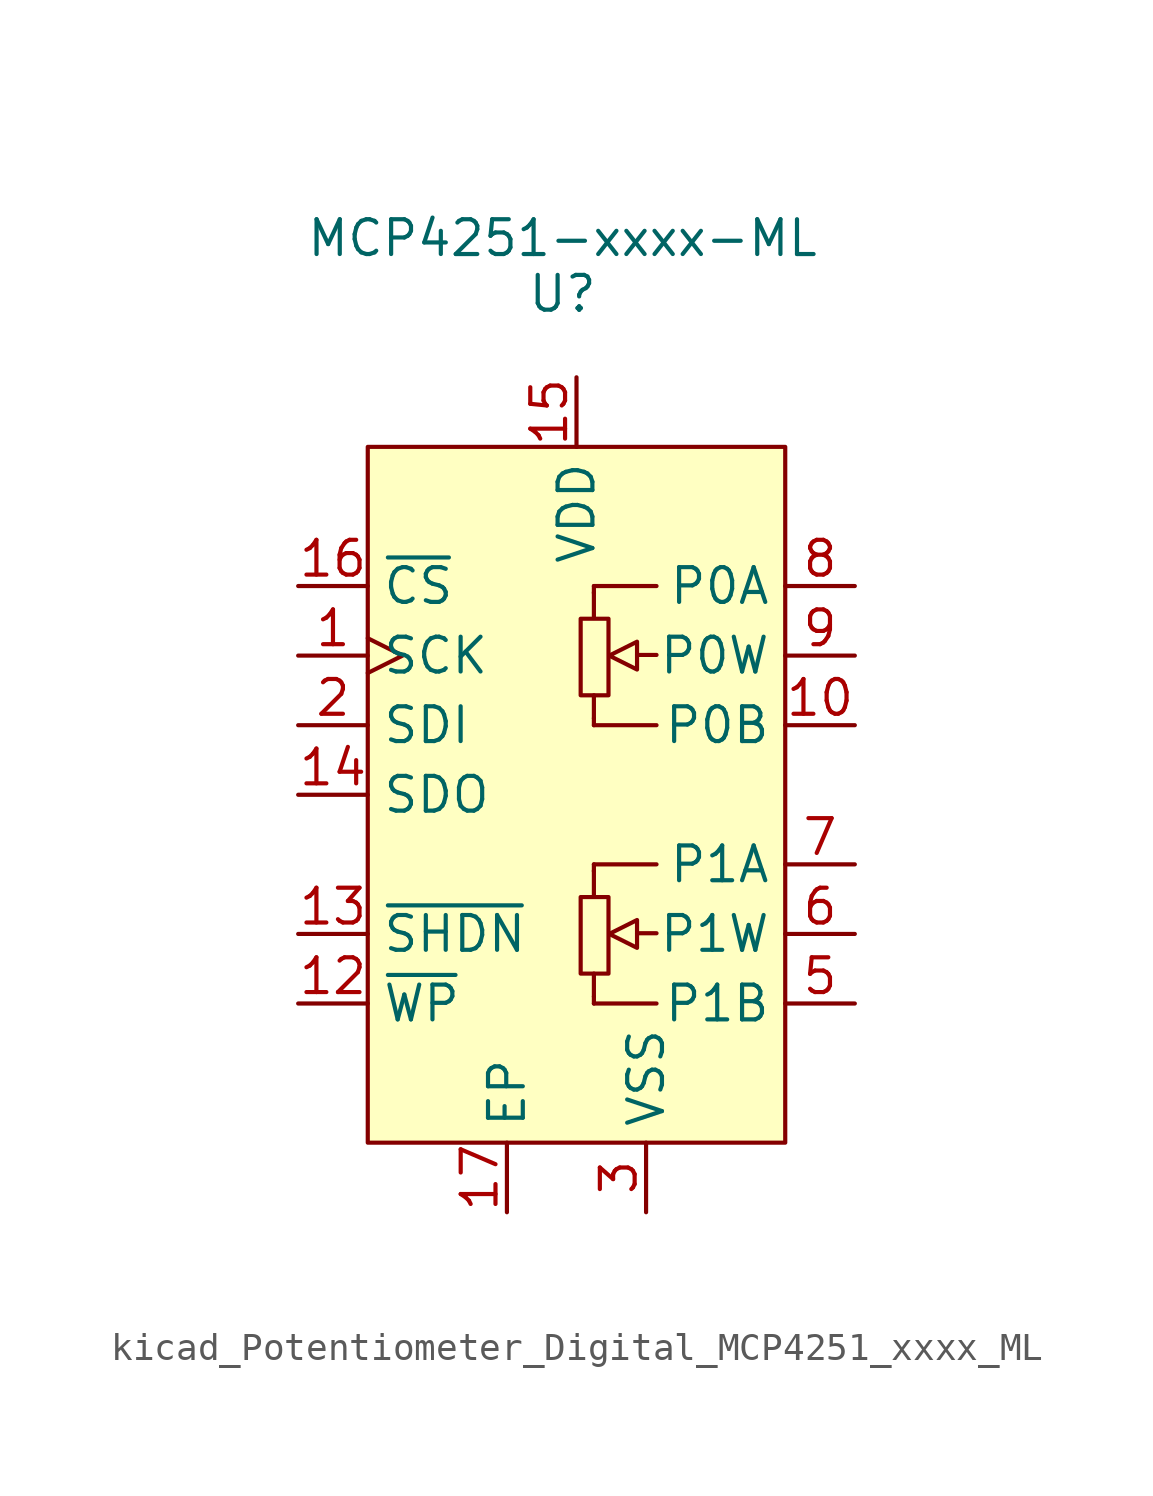
<source format=kicad_sym>
(kicad_symbol_lib
  (version 20220914)
  (generator kicad_symbol_editor)
  (symbol "kicad_Potentiometer_Digital_MCP4251_xxxx_ML"
    (property "Reference" "U"
      (at -0.508 18.288 0)
      (effects (font (size 1.27 1.27))))
    (property "Value" "MCP4251-xxxx-ML"
      (at -0.508 20.32 0)
      (effects (font (size 1.27 1.27))))
    (symbol "kicad_Potentiometer_Digital_MCP4251_xxxx_ML_0_1"
      (polyline (pts (xy 0 12.7) (xy 7.62 12.7) (xy 7.62 0) (xy 7.62 -12.7) (xy -7.62 -12.7) (xy -7.62 12.7) (xy 0 12.7)) (stroke (width 0) (type default)) (fill (type background))))
    (symbol "kicad_Potentiometer_Digital_MCP4251_xxxx_ML_1_1"
      (polyline (pts (xy 0.635 -7.366) (xy 0.635 -6.528)) (stroke (width 0) (type default)) (fill (type none)))
      (polyline (pts (xy 0.635 -2.769) (xy 0.635 -3.708)) (stroke (width 0) (type default)) (fill (type none)))
      (polyline (pts (xy 0.635 2.794) (xy 0.635 3.632)) (stroke (width 0) (type default)) (fill (type none)))
      (polyline (pts (xy 0.635 7.391) (xy 0.635 6.452)) (stroke (width 0) (type default)) (fill (type none)))
      (polyline (pts (xy 2.21 -5.055) (xy 2.921 -5.055)) (stroke (width 0) (type default)) (fill (type none)))
      (polyline (pts (xy 2.21 5.105) (xy 2.921 5.105)) (stroke (width 0) (type default)) (fill (type none)))
      (polyline (pts (xy 0.635 -7.62) (xy 0.635 -7.366) (xy 0.635 -7.366)) (stroke (width 0) (type default)) (fill (type background)))
      (polyline (pts (xy 0.635 -7.62) (xy 2.921 -7.62) (xy 2.921 -7.62)) (stroke (width 0) (type default)) (fill (type background)))
      (polyline (pts (xy 0.635 -2.54) (xy 0.635 -2.794) (xy 0.635 -2.794)) (stroke (width 0) (type default)) (fill (type none)))
      (polyline (pts (xy 0.635 -2.54) (xy 2.921 -2.54) (xy 2.921 -2.54)) (stroke (width 0) (type default)) (fill (type background)))
      (polyline (pts (xy 0.635 2.54) (xy 0.635 2.794) (xy 0.635 2.794)) (stroke (width 0) (type default)) (fill (type background)))
      (polyline (pts (xy 0.635 2.54) (xy 2.921 2.54) (xy 2.921 2.54)) (stroke (width 0) (type default)) (fill (type background)))
      (polyline (pts (xy 0.635 7.62) (xy 0.635 7.366) (xy 0.635 7.366)) (stroke (width 0) (type default)) (fill (type none)))
      (polyline (pts (xy 0.635 7.62) (xy 2.921 7.62) (xy 2.921 7.62)) (stroke (width 0) (type default)) (fill (type background)))
      (polyline (pts (xy 2.21 -4.572) (xy 2.21 -5.588) (xy 1.194 -5.08) (xy 2.21 -4.572) (xy 2.21 -4.572)) (stroke (width 0) (type default)) (fill (type background)))
      (polyline (pts (xy 2.21 5.588) (xy 2.21 4.572) (xy 1.194 5.08) (xy 2.21 5.588) (xy 2.21 5.588)) (stroke (width 0) (type default)) (fill (type background)))
      (rectangle (start 0.152 -3.734) (end 1.168 -6.528) (stroke (width 0) (type default)) (fill (type none)))
      (rectangle (start 0.152 6.426) (end 1.168 3.632) (stroke (width 0) (type default)) (fill (type none)))
      (pin input clock (at -10.16 5.08 0) (length 2.54) (name "SCK" (effects (font (size 1.27 1.27)))) (number "1" (effects (font (size 1.27 1.27)))))
      (pin passive line (at 10.16 2.54 180) (length 2.54) (name "P0B" (effects (font (size 1.27 1.27)))) (number "10" (effects (font (size 1.27 1.27)))))
      (pin no_connect line (at 7.62 0 180) (length 2.54) hide (name "NC" (effects (font (size 1.27 1.27)))) (number "11" (effects (font (size 1.27 1.27)))))
      (pin input line (at -10.16 -7.62 0) (length 2.54) (name "~{WP}" (effects (font (size 1.27 1.27)))) (number "12" (effects (font (size 1.27 1.27)))))
      (pin input line (at -10.16 -5.08 0) (length 2.54) (name "~{SHDN}" (effects (font (size 1.27 1.27)))) (number "13" (effects (font (size 1.27 1.27)))))
      (pin output line (at -10.16 0 0) (length 2.54) (name "SDO" (effects (font (size 1.27 1.27)))) (number "14" (effects (font (size 1.27 1.27)))))
      (pin power_in line (at 0 15.24 270) (length 2.54) (name "VDD" (effects (font (size 1.27 1.27)))) (number "15" (effects (font (size 1.27 1.27)))))
      (pin input line (at -10.16 7.62 0) (length 2.54) (name "~{CS}" (effects (font (size 1.27 1.27)))) (number "16" (effects (font (size 1.27 1.27)))))
      (pin passive line (at -2.54 -15.24 90) (length 2.54) (name "EP" (effects (font (size 1.27 1.27)))) (number "17" (effects (font (size 1.27 1.27)))))
      (pin input line (at -10.16 2.54 0) (length 2.54) (name "SDI" (effects (font (size 1.27 1.27)))) (number "2" (effects (font (size 1.27 1.27)))))
      (pin power_in line (at 2.54 -15.24 90) (length 2.54) (name "VSS" (effects (font (size 1.27 1.27)))) (number "3" (effects (font (size 1.27 1.27)))))
      (pin passive line (at 2.54 -15.24 90) (length 2.54) hide (name "VSS" (effects (font (size 1.27 1.27)))) (number "4" (effects (font (size 1.27 1.27)))))
      (pin passive line (at 10.16 -7.62 180) (length 2.54) (name "P1B" (effects (font (size 1.27 1.27)))) (number "5" (effects (font (size 1.27 1.27)))))
      (pin passive line (at 10.16 -5.08 180) (length 2.54) (name "P1W" (effects (font (size 1.27 1.27)))) (number "6" (effects (font (size 1.27 1.27)))))
      (pin passive line (at 10.16 -2.54 180) (length 2.54) (name "P1A" (effects (font (size 1.27 1.27)))) (number "7" (effects (font (size 1.27 1.27)))))
      (pin passive line (at 10.16 7.62 180) (length 2.54) (name "P0A" (effects (font (size 1.27 1.27)))) (number "8" (effects (font (size 1.27 1.27)))))
      (pin passive line (at 10.16 5.08 180) (length 2.54) (name "P0W" (effects (font (size 1.27 1.27)))) (number "9" (effects (font (size 1.27 1.27))))))))
</source>
